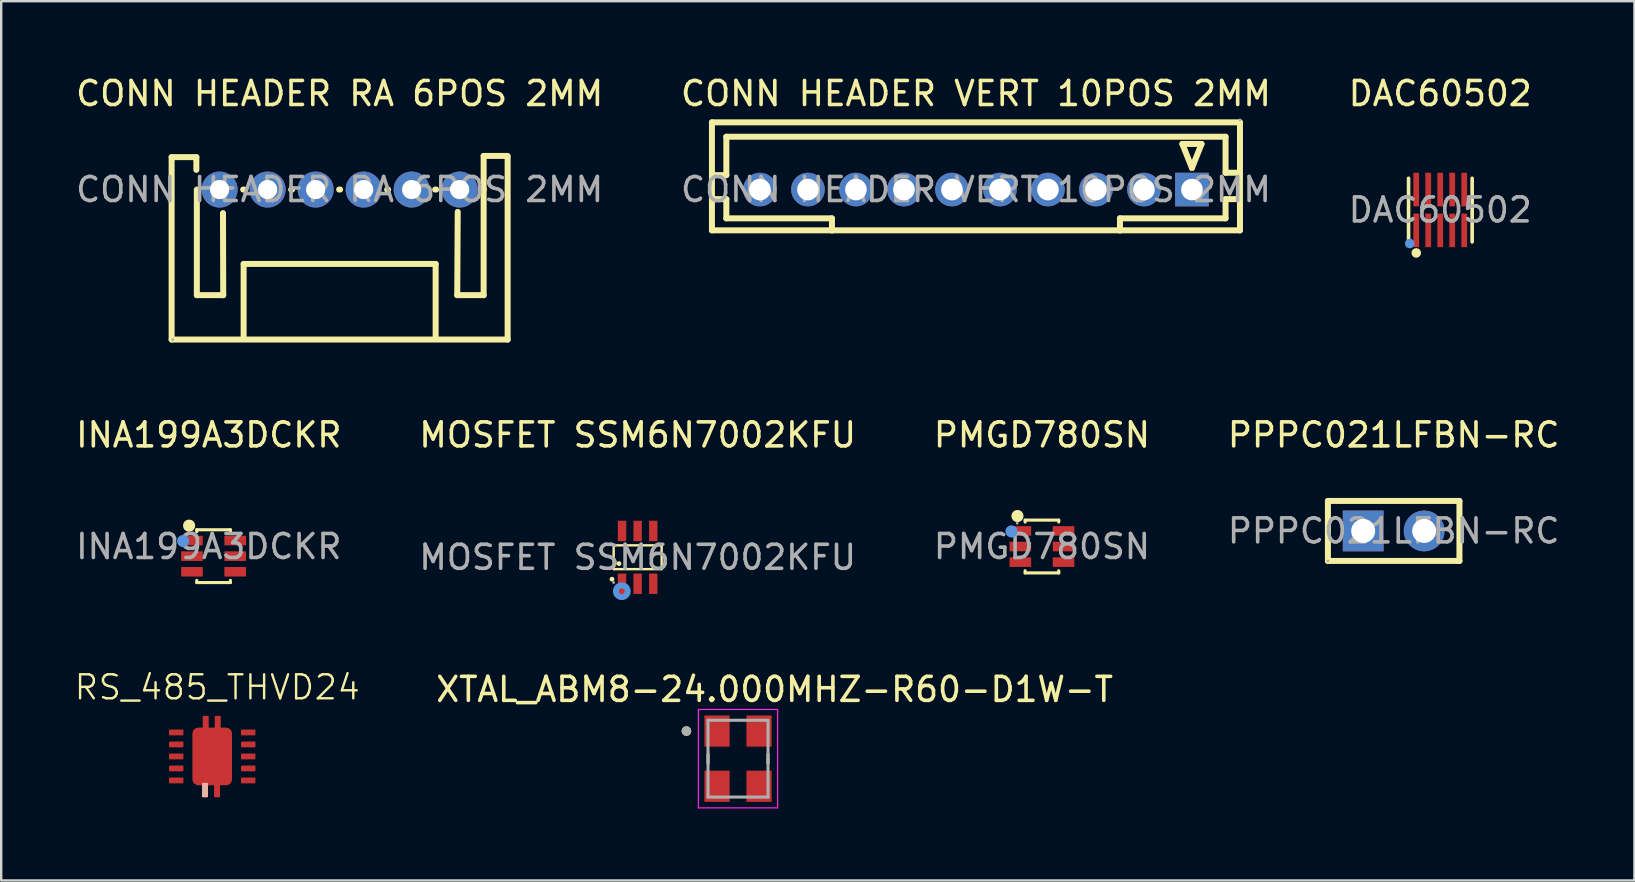
<source format=kicad_pcb>
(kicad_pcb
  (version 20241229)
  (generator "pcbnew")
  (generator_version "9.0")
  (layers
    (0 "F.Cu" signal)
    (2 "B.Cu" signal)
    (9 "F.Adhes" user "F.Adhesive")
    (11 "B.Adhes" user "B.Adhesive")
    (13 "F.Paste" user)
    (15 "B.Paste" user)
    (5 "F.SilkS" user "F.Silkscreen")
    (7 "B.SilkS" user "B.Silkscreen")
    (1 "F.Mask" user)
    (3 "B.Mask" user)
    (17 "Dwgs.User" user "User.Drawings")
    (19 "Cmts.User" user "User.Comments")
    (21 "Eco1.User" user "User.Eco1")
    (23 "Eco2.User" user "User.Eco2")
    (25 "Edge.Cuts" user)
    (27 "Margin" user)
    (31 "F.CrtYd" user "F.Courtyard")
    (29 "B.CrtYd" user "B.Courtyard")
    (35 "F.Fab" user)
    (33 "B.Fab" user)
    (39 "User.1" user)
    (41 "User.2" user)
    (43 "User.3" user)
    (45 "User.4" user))
  (footprint "MOSFET SSM6N7002KFU"
    (layer "F.Cu")
    (at 23.518 20.172)
    (property "Reference" "MOSFET SSM6N7002KFU" (at 0 -5.1 0) (layer "F.SilkS") (effects (font (size 1 1) (thickness 0.15))))
    (attr smd)
    (fp_line (start -1 -0.5) (end -1 0.49) (stroke (width 0.1) (type solid)) (layer "F.SilkS"))
    (fp_line (start -1 0.49) (end 1 0.49) (stroke (width 0.1) (type solid)) (layer "F.SilkS"))
    (fp_line (start 0.99 -0.5) (end -1 -0.5) (stroke (width 0.1) (type solid)) (layer "F.SilkS"))
    (fp_line (start 1 -0.49) (end 0.99 -0.5) (stroke (width 0.1) (type solid)) (layer "F.SilkS"))
    (fp_line (start 1 0.49) (end 1 -0.49) (stroke (width 0.1) (type solid)) (layer "F.SilkS"))
    (fp_circle (center -1.07 0.91) (end -1.02 0.91) (stroke (width 0.1) (type solid)) (fill no) (layer "F.SilkS"))
    (fp_circle (center -0.78 0.26) (end -0.73 0.26) (stroke (width 0.1) (type solid)) (fill no) (layer "F.SilkS"))
    (fp_circle (center -0.66 1.41) (end -0.54 1.41) (stroke (width 0.25) (type solid)) (fill no) (layer "Cmts.User"))
    (fp_circle (center -1 1.05) (end -0.97 1.05) (stroke (width 0.06) (type solid)) (fill no) (layer "F.Fab"))
    (fp_text user "${REFERENCE}" (at 0 0 0) (layer "F.Fab") (effects (font (size 1 1) (thickness 0.15))))
    (pad "1" smd rect (at -0.65 1.1) (size 0.35 0.85) (layers "F.Cu" "F.Mask" "F.Paste"))
    (pad "2" smd rect (at 0 1.1) (size 0.35 0.85) (layers "F.Cu" "F.Mask" "F.Paste"))
    (pad "3" smd rect (at 0.65 1.1) (size 0.35 0.85) (layers "F.Cu" "F.Mask" "F.Paste"))
    (pad "4" smd rect (at 0.65 -1.1) (size 0.35 0.85) (layers "F.Cu" "F.Mask" "F.Paste"))
    (pad "5" smd rect (at 0 -1.1) (size 0.35 0.85) (layers "F.Cu" "F.Mask" "F.Paste"))
    (pad "6" smd rect (at -0.65 -1.1) (size 0.35 0.85) (layers "F.Cu" "F.Mask" "F.Paste")))
  (footprint "RS_485_THVD24"
    (layer "F.Cu")
    (at 5.792 28.467)
    (property "Reference" "RS_485_THVD24" (at 0.21 -2.88 0) (unlocked yes) (layer "F.SilkS") (effects (font (size 1 1) (thickness 0.1))))
    (attr smd)
    (pad "1" smd roundrect (at -1.5 -1) (size 0.6 0.24) (layers "F.Cu" "F.Mask" "F.Paste") (roundrect_rratio 0.15))
    (pad "2" smd roundrect (at -1.5 -0.5) (size 0.6 0.24) (layers "F.Cu" "F.Mask" "F.Paste") (roundrect_rratio 0.15))
    (pad "2" smd circle (at -0.6 0 90) (size 0.2 0.2) (layers "F.Cu" "F.Mask" "F.Paste"))
    (pad "2" smd circle (at -0.025 0.975 90) (size 0.2 0.2) (layers "F.Cu" "F.Mask" "F.Paste"))
    (pad "2" smd circle (at -0.01 -0.99 90) (size 0.2 0.2) (layers "F.Cu" "F.Mask" "F.Paste"))
    (pad "2" smd circle (at 0.675 0 90) (size 0.2 0.2) (layers "F.Cu" "F.Mask" "F.Paste"))
    (pad "3" smd roundrect (at -1.5 0) (size 0.6 0.24) (layers "F.Cu" "F.Mask" "F.Paste") (roundrect_rratio 0.15))
    (pad "4" smd roundrect (at -1.5 0.5) (size 0.6 0.24) (layers "F.Cu" "F.Mask" "F.Paste") (roundrect_rratio 0.15))
    (pad "5" smd roundrect (at -1.5 1) (size 0.6 0.24) (layers "F.Cu" "F.Mask" "F.Paste") (roundrect_rratio 0.15))
    (pad "6" smd roundrect (at 1.5 1) (size 0.6 0.24) (layers "F.Cu" "F.Mask" "F.Paste") (roundrect_rratio 0.15))
    (pad "7" smd roundrect (at 1.5 0.5) (size 0.6 0.24) (layers "F.Cu" "F.Mask" "F.Paste") (roundrect_rratio 0.15))
    (pad "8" smd roundrect (at 1.5 0) (size 0.6 0.24) (layers "F.Cu" "F.Mask" "F.Paste") (roundrect_rratio 0.15))
    (pad "9" smd roundrect (at 1.5 -0.5) (size 0.6 0.24) (layers "F.Cu" "F.Mask" "F.Paste") (roundrect_rratio 0.15))
    (pad "10" smd roundrect (at 1.5 -1) (size 0.6 0.24) (layers "F.Cu" "F.Mask" "F.Paste") (roundrect_rratio 0.15))
    (pad "11" smd roundrect (at -0.3 1.4 90) (size 0.6 0.25) (layers "F.Cu" "F.Mask" "B.SilkS" "F.Paste") (roundrect_rratio 0.15))
    (pad "11" smd roundrect (at -0.27 -1.39 90) (size 0.6 0.25) (layers "F.Cu" "F.Mask" "F.Paste") (roundrect_rratio 0.15))
    (pad "11" smd roundrect (at 0 0 90) (size 2.4 1.65) (layers "F.Cu" "F.Mask" "F.Paste") (roundrect_rratio 0.15))
    (pad "11" smd roundrect (at 0.2 1.4 90) (size 0.6 0.25) (layers "F.Cu" "F.Mask" "F.Paste") (roundrect_rratio 0.15))
    (pad "11" smd roundrect (at 0.23 -1.39 90) (size 0.6 0.25) (layers "F.Cu" "F.Mask" "F.Paste") (roundrect_rratio 0.15)))
  (footprint "CONN HEADER RA 6POS 2MM"
    (layer "F.Cu")
    (at 11.101 7.948)
    (property "Reference" "CONN HEADER RA 6POS 2MM" (at 0 -7.1 0) (layer "F.SilkS") (effects (font (size 1 1) (thickness 0.15))))
    (attr through_hole)
    (fp_line (start -7 -4.45) (end -5.97 -4.45) (stroke (width 0.25) (type solid)) (layer "F.SilkS"))
    (fp_line (start -7 3.15) (end -7 -4.45) (stroke (width 0.25) (type solid)) (layer "F.SilkS"))
    (fp_line (start -5.97 -4.45) (end -5.97 -3.92) (stroke (width 0.25) (type solid)) (layer "F.SilkS"))
    (fp_line (start -5.95 1.3) (end -5.95 -3.1) (stroke (width 0.25) (type solid)) (layer "F.SilkS"))
    (fp_line (start -4.86 -2.12) (end -4.85 1.3) (stroke (width 0.25) (type solid)) (layer "F.SilkS"))
    (fp_line (start -4.85 1.3) (end -5.95 1.3) (stroke (width 0.25) (type solid)) (layer "F.SilkS"))
    (fp_line (start -4.02 -3.1) (end -3.98 -3.1) (stroke (width 0.25) (type solid)) (layer "F.SilkS"))
    (fp_line (start -4 0) (end -4 3.1) (stroke (width 0.25) (type solid)) (layer "F.SilkS"))
    (fp_line (start -2.02 -3.1) (end -1.98 -3.1) (stroke (width 0.25) (type solid)) (layer "F.SilkS"))
    (fp_line (start -0.02 -3.1) (end 0.02 -3.1) (stroke (width 0.25) (type solid)) (layer "F.SilkS"))
    (fp_line (start 1.98 -3.1) (end 2.02 -3.1) (stroke (width 0.25) (type solid)) (layer "F.SilkS"))
    (fp_line (start 3.98 -3.1) (end 4.02 -3.1) (stroke (width 0.25) (type solid)) (layer "F.SilkS"))
    (fp_line (start 4 0) (end -4 0) (stroke (width 0.25) (type solid)) (layer "F.SilkS"))
    (fp_line (start 4 3.1) (end 4 0) (stroke (width 0.25) (type solid)) (layer "F.SilkS"))
    (fp_line (start 4.9 1.3) (end 4.92 -2.17) (stroke (width 0.25) (type solid)) (layer "F.SilkS"))
    (fp_line (start 5.98 -3.1) (end 6 -3.1) (stroke (width 0.25) (type solid)) (layer "F.SilkS"))
    (fp_line (start 6 -4.5) (end 7 -4.5) (stroke (width 0.25) (type solid)) (layer "F.SilkS"))
    (fp_line (start 6 -3.1) (end 6 -4.5) (stroke (width 0.25) (type solid)) (layer "F.SilkS"))
    (fp_line (start 6 -3.1) (end 6 1.3) (stroke (width 0.25) (type solid)) (layer "F.SilkS"))
    (fp_line (start 6 1.3) (end 4.9 1.3) (stroke (width 0.25) (type solid)) (layer "F.SilkS"))
    (fp_line (start 7 -4.45) (end 7 3.15) (stroke (width 0.25) (type solid)) (layer "F.SilkS"))
    (fp_line (start 7 3.15) (end -7 3.15) (stroke (width 0.25) (type solid)) (layer "F.SilkS"))
    (fp_circle (center -6.95 3.15) (end -6.92 3.15) (stroke (width 0.06) (type solid)) (fill no) (layer "F.Fab"))
    (fp_text user "${REFERENCE}" (at 0 -3.1 0) (layer "F.Fab") (effects (font (size 1 1) (thickness 0.15))))
    (pad "1" thru_hole circle (at -5 -3.1 180) (size 1.5 1.5) (drill 0.8) (layers "*.Cu" "*.Mask"))
    (pad "2" thru_hole circle (at -3 -3.1 180) (size 1.5 1.5) (drill 0.8) (layers "*.Cu" "*.Mask"))
    (pad "3" thru_hole circle (at -1 -3.1 180) (size 1.5 1.5) (drill 0.8) (layers "*.Cu" "*.Mask"))
    (pad "4" thru_hole circle (at 1 -3.1 180) (size 1.5 1.5) (drill 0.8) (layers "*.Cu" "*.Mask"))
    (pad "5" thru_hole circle (at 3 -3.1 180) (size 1.5 1.5) (drill 0.8) (layers "*.Cu" "*.Mask"))
    (pad "6" thru_hole circle (at 5 -3.1 180) (size 1.5 1.5) (drill 0.8) (layers "*.Cu" "*.Mask")))
  (footprint "PMGD780SN"
    (layer "F.Cu")
    (at 40.363 19.721)
    (property "Reference" "PMGD780SN" (at 0 -4.65 0) (layer "F.SilkS") (effects (font (size 1 1) (thickness 0.15))))
    (attr smd)
    (fp_line (start -0.7 -1.1) (end -0.7 -1.02) (stroke (width 0.13) (type solid)) (layer "F.SilkS"))
    (fp_line (start -0.7 -1.1) (end 0.7 -1.1) (stroke (width 0.13) (type solid)) (layer "F.SilkS"))
    (fp_line (start -0.7 1.01) (end -0.7 1.1) (stroke (width 0.13) (type solid)) (layer "F.SilkS"))
    (fp_line (start -0.7 1.1) (end 0.7 1.1) (stroke (width 0.13) (type solid)) (layer "F.SilkS"))
    (fp_line (start 0.7 -1.1) (end 0.7 -1.02) (stroke (width 0.13) (type solid)) (layer "F.SilkS"))
    (fp_line (start 0.7 1.01) (end 0.7 1.1) (stroke (width 0.13) (type solid)) (layer "F.SilkS"))
    (fp_circle (center -1.02 -1.27) (end -1.15 -1.27) (stroke (width 0.25) (type solid)) (fill no) (layer "F.SilkS"))
    (fp_circle (center -1.27 -0.63) (end -1.4 -0.63) (stroke (width 0.25) (type solid)) (fill no) (layer "Cmts.User"))
    (fp_circle (center -1.03 -0.97) (end -1.06 -0.97) (stroke (width 0.06) (type solid)) (fill no) (layer "F.Fab"))
    (fp_text user "${REFERENCE}" (at 0 0 0) (layer "F.Fab") (effects (font (size 1 1) (thickness 0.15))))
    (pad "1" smd rect (at -0.9 -0.65 270) (size 0.4 0.9) (layers "F.Cu" "F.Mask" "F.Paste"))
    (pad "2" smd rect (at -0.9 0 270) (size 0.4 0.9) (layers "F.Cu" "F.Mask" "F.Paste"))
    (pad "3" smd rect (at -0.9 0.65 270) (size 0.4 0.9) (layers "F.Cu" "F.Mask" "F.Paste"))
    (pad "4" smd rect (at 0.9 0.65 270) (size 0.4 0.9) (layers "F.Cu" "F.Mask" "F.Paste"))
    (pad "5" smd rect (at 0.9 0 270) (size 0.4 0.9) (layers "F.Cu" "F.Mask" "F.Paste"))
    (pad "6" smd rect (at 0.9 -0.65 270) (size 0.4 0.9) (layers "F.Cu" "F.Mask" "F.Paste")))
  (footprint "XTAL_ABM8-24.000MHZ-R60-D1W-T"
    (layer "F.Cu")
    (at 27.7 28.56)
    (property "Reference" "XTAL_ABM8-24.000MHZ-R60-D1W-T" (at 1.525 -2.885 0) (layer "F.SilkS") (effects (font (size 1 1) (thickness 0.15))))
    (attr smd)
    (fp_line (start -1.25 -0.18) (end -1.25 0.18) (stroke (width 0.127) (type solid)) (layer "F.SilkS"))
    (fp_line (start 1.25 -0.18) (end 1.25 0.18) (stroke (width 0.127) (type solid)) (layer "F.SilkS"))
    (fp_circle (center -2.15 -1.15) (end -2.05 -1.15) (stroke (width 0.2) (type solid)) (fill no) (layer "F.SilkS"))
    (fp_line (start -1.65 -2.05) (end -1.65 2.05) (stroke (width 0.05) (type solid)) (layer "F.CrtYd"))
    (fp_line (start -1.65 -2.05) (end 1.65 -2.05) (stroke (width 0.05) (type solid)) (layer "F.CrtYd"))
    (fp_line (start 1.65 -2.05) (end 1.65 2.05) (stroke (width 0.05) (type solid)) (layer "F.CrtYd"))
    (fp_line (start 1.65 2.05) (end -1.65 2.05) (stroke (width 0.05) (type solid)) (layer "F.CrtYd"))
    (fp_line (start -1.25 -1.6) (end -1.25 1.6) (stroke (width 0.127) (type solid)) (layer "F.Fab"))
    (fp_line (start -1.25 -1.6) (end 1.25 -1.6) (stroke (width 0.127) (type solid)) (layer "F.Fab"))
    (fp_line (start 1.25 -1.6) (end 1.25 1.6) (stroke (width 0.127) (type solid)) (layer "F.Fab"))
    (fp_line (start 1.25 1.6) (end -1.25 1.6) (stroke (width 0.127) (type solid)) (layer "F.Fab"))
    (fp_circle (center -2.15 -1.15) (end -2.05 -1.15) (stroke (width 0.2) (type solid)) (fill no) (layer "F.Fab"))
    (pad "1" smd rect (at -0.875 -1.15) (size 1.05 1.3) (layers "F.Cu" "F.Mask" "F.Paste"))
    (pad "2" smd rect (at -0.875 1.15) (size 1.05 1.3) (layers "F.Cu" "F.Mask" "F.Paste"))
    (pad "3" smd rect (at 0.875 1.15) (size 1.05 1.3) (layers "F.Cu" "F.Mask" "F.Paste"))
    (pad "4" smd rect (at 0.875 -1.15) (size 1.05 1.3) (layers "F.Cu" "F.Mask" "F.Paste")))
  (footprint "CONN HEADER VERT 10POS 2MM"
    (layer "F.Cu")
    (at 37.613 4.848)
    (property "Reference" "CONN HEADER VERT 10POS 2MM" (at 0 -4 0) (layer "F.SilkS") (effects (font (size 1 1) (thickness 0.15))))
    (attr through_hole)
    (fp_line (start -11 -2.8) (end -11 1.7) (stroke (width 0.25) (type solid)) (layer "F.SilkS"))
    (fp_line (start -11 -0.6) (end -10.4 -0.6) (stroke (width 0.25) (type solid)) (layer "F.SilkS"))
    (fp_line (start -11 1.7) (end 11 1.7) (stroke (width 0.25) (type solid)) (layer "F.SilkS"))
    (fp_line (start -10.4 -2.2) (end 10.4 -2.2) (stroke (width 0.25) (type solid)) (layer "F.SilkS"))
    (fp_line (start -10.4 -0.6) (end -10.4 -2.2) (stroke (width 0.25) (type solid)) (layer "F.SilkS"))
    (fp_line (start -10.4 0.4) (end -11 0.4) (stroke (width 0.25) (type solid)) (layer "F.SilkS"))
    (fp_line (start -10.4 1.2) (end -10.4 0.4) (stroke (width 0.25) (type solid)) (layer "F.SilkS"))
    (fp_line (start -6 1.2) (end -10.4 1.2) (stroke (width 0.25) (type solid)) (layer "F.SilkS"))
    (fp_line (start -6 1.7) (end -6 1.2) (stroke (width 0.25) (type solid)) (layer "F.SilkS"))
    (fp_line (start -6 1.7) (end -6 1.7) (stroke (width 0.25) (type solid)) (layer "F.SilkS"))
    (fp_line (start 6 1.2) (end 6 1.7) (stroke (width 0.25) (type solid)) (layer "F.SilkS"))
    (fp_line (start 6 1.7) (end 6 1.7) (stroke (width 0.25) (type solid)) (layer "F.SilkS"))
    (fp_line (start 8.6 -1.9) (end 9.4 -1.9) (stroke (width 0.25) (type solid)) (layer "F.SilkS"))
    (fp_line (start 9 -0.9) (end 8.6 -1.9) (stroke (width 0.25) (type solid)) (layer "F.SilkS"))
    (fp_line (start 9.4 -1.9) (end 9 -0.9) (stroke (width 0.25) (type solid)) (layer "F.SilkS"))
    (fp_line (start 10.4 -2.2) (end 10.4 -0.7) (stroke (width 0.25) (type solid)) (layer "F.SilkS"))
    (fp_line (start 10.4 -0.7) (end 11 -0.7) (stroke (width 0.25) (type solid)) (layer "F.SilkS"))
    (fp_line (start 10.4 0.4) (end 10.4 1.2) (stroke (width 0.25) (type solid)) (layer "F.SilkS"))
    (fp_line (start 10.4 1.2) (end 6 1.2) (stroke (width 0.25) (type solid)) (layer "F.SilkS"))
    (fp_line (start 11 -2.8) (end -11 -2.8) (stroke (width 0.25) (type solid)) (layer "F.SilkS"))
    (fp_line (start 11 0.4) (end 10.4 0.4) (stroke (width 0.25) (type solid)) (layer "F.SilkS"))
    (fp_line (start 11 1.7) (end 11 -2.8) (stroke (width 0.25) (type solid)) (layer "F.SilkS"))
    (fp_circle (center 11 -2.9) (end 11.03 -2.9) (stroke (width 0.06) (type solid)) (fill no) (layer "F.Fab"))
    (fp_text user "${REFERENCE}" (at 0 0 0) (layer "F.Fab") (effects (font (size 1 1) (thickness 0.15))))
    (pad "1" thru_hole rect (at 9 0) (size 1.4 1.4) (drill 0.9) (layers "*.Cu" "*.Mask"))
    (pad "2" thru_hole circle (at 7 0) (size 1.4 1.4) (drill 0.9) (layers "*.Cu" "*.Mask"))
    (pad "3" thru_hole circle (at 5 0) (size 1.4 1.4) (drill 0.9) (layers "*.Cu" "*.Mask"))
    (pad "4" thru_hole circle (at 3 0) (size 1.4 1.4) (drill 0.9) (layers "*.Cu" "*.Mask"))
    (pad "5" thru_hole circle (at 1 0) (size 1.4 1.4) (drill 0.9) (layers "*.Cu" "*.Mask"))
    (pad "6" thru_hole circle (at -1 0) (size 1.4 1.4) (drill 0.9) (layers "*.Cu" "*.Mask"))
    (pad "7" thru_hole circle (at -3 0) (size 1.4 1.4) (drill 0.9) (layers "*.Cu" "*.Mask"))
    (pad "8" thru_hole circle (at -5 0) (size 1.4 1.4) (drill 0.9) (layers "*.Cu" "*.Mask"))
    (pad "9" thru_hole circle (at -7 0) (size 1.4 1.4) (drill 0.9) (layers "*.Cu" "*.Mask"))
    (pad "10" thru_hole circle (at -9 0) (size 1.4 1.4) (drill 0.9) (layers "*.Cu" "*.Mask")))
  (footprint "DAC60502"
    (layer "F.Cu")
    (at 56.958 5.698)
    (property "Reference" "DAC60502" (at 0 -4.85 0) (layer "F.SilkS") (effects (font (size 1 1) (thickness 0.15))))
    (attr smd)
    (fp_line (start -1.32 1.33) (end -1.32 -1.32) (stroke (width 0.15) (type solid)) (layer "F.SilkS"))
    (fp_line (start 1.33 -1.32) (end 1.33 1.33) (stroke (width 0.15) (type solid)) (layer "F.SilkS"))
    (fp_circle (center -1 1.79) (end -0.9 1.79) (stroke (width 0.2) (type solid)) (fill no) (layer "F.SilkS"))
    (fp_circle (center -1.27 1.4) (end -1.17 1.4) (stroke (width 0.2) (type solid)) (fill no) (layer "Cmts.User"))
    (fp_circle (center -1.25 1.25) (end -1.22 1.25) (stroke (width 0.06) (type solid)) (fill no) (layer "F.Fab"))
    (fp_text user "${REFERENCE}" (at 0 0 0) (layer "F.Fab") (effects (font (size 1 1) (thickness 0.15))))
    (pad "1" smd rect (at -1 0.85) (size 0.24 1.4) (layers "F.Cu" "F.Mask" "F.Paste"))
    (pad "2" smd rect (at -0.5 0.85) (size 0.24 1.4) (layers "F.Cu" "F.Mask" "F.Paste"))
    (pad "3" smd rect (at 0 0.85) (size 0.24 1.4) (layers "F.Cu" "F.Mask" "F.Paste"))
    (pad "4" smd rect (at 0.5 0.85) (size 0.24 1.4) (layers "F.Cu" "F.Mask" "F.Paste"))
    (pad "5" smd rect (at 1 0.85) (size 0.24 1.4) (layers "F.Cu" "F.Mask" "F.Paste"))
    (pad "6" smd rect (at 1 -0.85) (size 0.24 1.4) (layers "F.Cu" "F.Mask" "F.Paste"))
    (pad "7" smd rect (at 0.5 -0.85) (size 0.24 1.4) (layers "F.Cu" "F.Mask" "F.Paste"))
    (pad "8" smd rect (at 0 -0.85) (size 0.24 1.4) (layers "F.Cu" "F.Mask" "F.Paste"))
    (pad "9" smd rect (at -0.5 -0.85) (size 0.24 1.4) (layers "F.Cu" "F.Mask" "F.Paste"))
    (pad "10" smd rect (at -1 -0.85) (size 0.24 1.4) (layers "F.Cu" "F.Mask" "F.Paste")))
  (footprint "INA199A3DCKR"
    (layer "F.Cu")
    (at 5.849 20.122)
    (property "Reference" "INA199A3DCKR" (at -0.2 -5.05 0) (layer "F.SilkS") (effects (font (size 1 1) (thickness 0.15))))
    (attr smd)
    (fp_line (start -0.7 -1.1) (end -0.7 -1.02) (stroke (width 0.13) (type solid)) (layer "F.SilkS"))
    (fp_line (start -0.7 -1.1) (end 0.7 -1.1) (stroke (width 0.13) (type solid)) (layer "F.SilkS"))
    (fp_line (start -0.7 1.01) (end -0.7 1.1) (stroke (width 0.13) (type solid)) (layer "F.SilkS"))
    (fp_line (start -0.7 1.1) (end 0.7 1.1) (stroke (width 0.13) (type solid)) (layer "F.SilkS"))
    (fp_line (start 0.7 -1.1) (end 0.7 -1.02) (stroke (width 0.13) (type solid)) (layer "F.SilkS"))
    (fp_line (start 0.7 1.01) (end 0.7 1.1) (stroke (width 0.13) (type solid)) (layer "F.SilkS"))
    (fp_circle (center -1.02 -1.27) (end -1.15 -1.27) (stroke (width 0.25) (type solid)) (fill no) (layer "F.SilkS"))
    (fp_circle (center -1.27 -0.63) (end -1.4 -0.63) (stroke (width 0.25) (type solid)) (fill no) (layer "Cmts.User"))
    (fp_circle (center -1.03 -0.97) (end -1.06 -0.97) (stroke (width 0.06) (type solid)) (fill no) (layer "F.Fab"))
    (fp_text user "${REFERENCE}" (at -0.2 -0.4 0) (layer "F.Fab") (effects (font (size 1 1) (thickness 0.15))))
    (pad "1" smd rect (at -0.9 -0.65 270) (size 0.4 0.9) (layers "F.Cu" "F.Mask" "F.Paste"))
    (pad "2" smd rect (at -0.9 0 270) (size 0.4 0.9) (layers "F.Cu" "F.Mask" "F.Paste"))
    (pad "3" smd rect (at -0.9 0.65 270) (size 0.4 0.9) (layers "F.Cu" "F.Mask" "F.Paste"))
    (pad "4" smd rect (at 0.9 0.65 270) (size 0.4 0.9) (layers "F.Cu" "F.Mask" "F.Paste"))
    (pad "5" smd rect (at 0.9 0 270) (size 0.4 0.9) (layers "F.Cu" "F.Mask" "F.Paste"))
    (pad "6" smd rect (at 0.9 -0.65 270) (size 0.4 0.9) (layers "F.Cu" "F.Mask" "F.Paste")))
  (footprint "PPPC021LFBN-RC"
    (layer "F.Cu")
    (at 55.018 19.072)
    (property "Reference" "PPPC021LFBN-RC" (at 0 -4 0) (layer "F.SilkS") (effects (font (size 1 1) (thickness 0.15))))
    (attr through_hole)
    (fp_line (start -2.74 -1.25) (end 2.74 -1.25) (stroke (width 0.25) (type solid)) (layer "F.SilkS"))
    (fp_line (start -2.74 1.25) (end -2.74 -1.25) (stroke (width 0.25) (type solid)) (layer "F.SilkS"))
    (fp_line (start 2.74 -1.25) (end 2.74 1.25) (stroke (width 0.25) (type solid)) (layer "F.SilkS"))
    (fp_line (start 2.74 1.25) (end -2.74 1.25) (stroke (width 0.25) (type solid)) (layer "F.SilkS"))
    (fp_circle (center -2.74 1.25) (end -2.71 1.25) (stroke (width 0.06) (type solid)) (fill no) (layer "F.Fab"))
    (fp_text user "${REFERENCE}" (at 0 0 0) (layer "F.Fab") (effects (font (size 1 1) (thickness 0.15))))
    (pad "1" thru_hole rect (at -1.27 0) (size 1.7 1.7) (drill 1) (layers "*.Cu" "*.Mask"))
    (pad "2" thru_hole circle (at 1.27 0) (size 1.7 1.7) (drill 1) (layers "*.Cu" "*.Mask")))
  (gr_rect
    (start -3 -3)
    (end 65.048 33.635)
    (stroke (width 0.1) (type default))
    (fill no)
    (layer "Edge.Cuts")))
</source>
